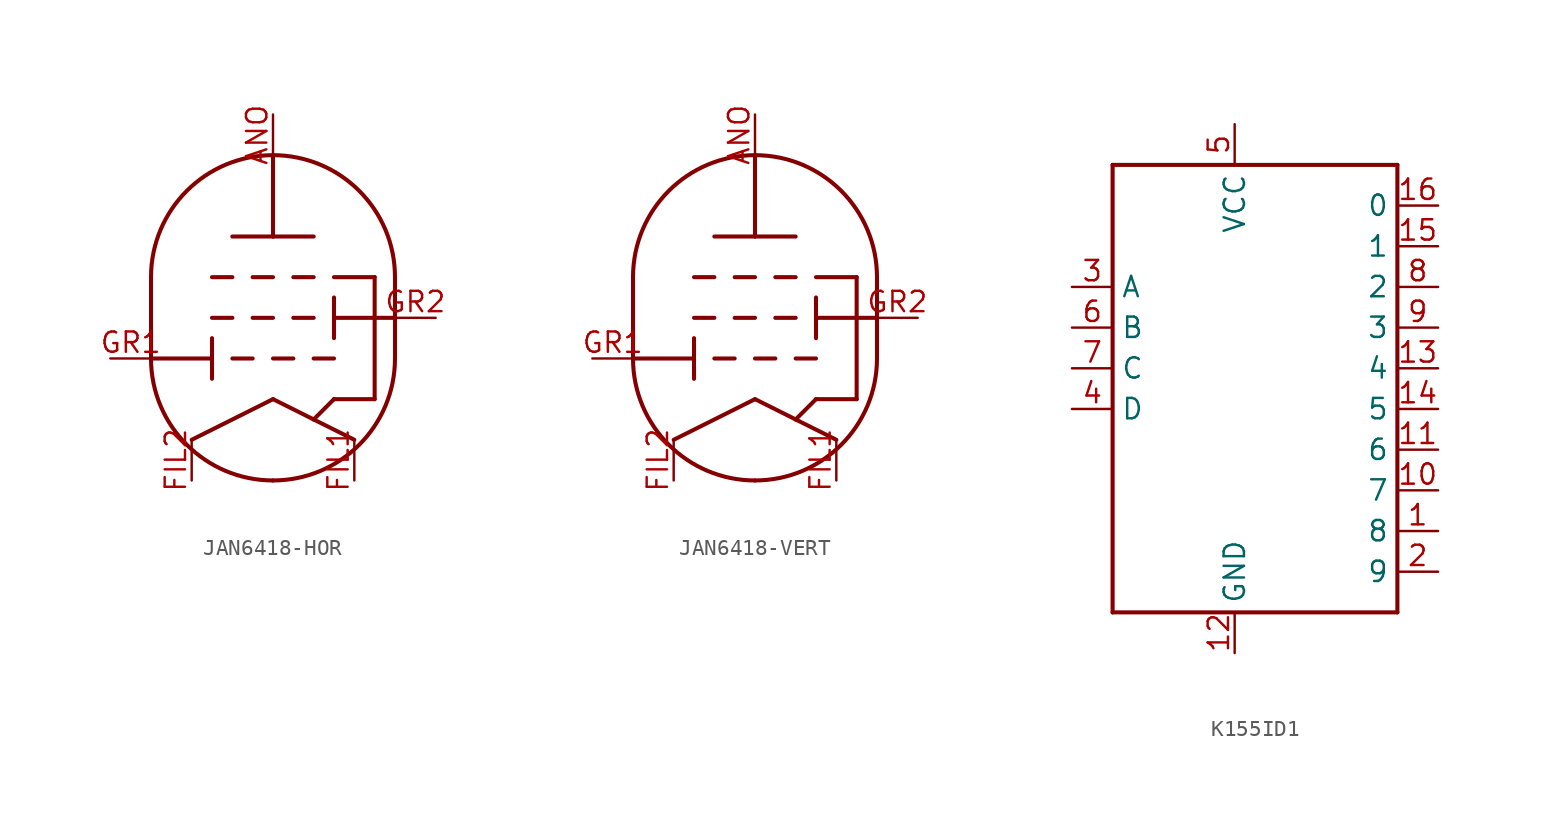
<source format=kicad_sym>
(kicad_symbol_lib
  (version 20231120)
  (generator "kicad_symbol_editor")
  (generator_version "8.0")
  (symbol "JAN6418-HOR"
    (property "Reference" ""
      (at -8.89 15.24 0)
      (effects (font (size 1.27 1.079)) (justify left bottom) (hide yes)))
    (property "Value" ""
      (at 2.54 15.24 0)
      (effects (font (size 1.27 1.079)) (justify left bottom)))
    (property "ki_locked" ""
      (at 0 0 0)
      (effects (font (size 1.27 1.27))))
    (symbol "JAN6418-HOR_1_0"
      (arc (start -7.62 2.54) (mid -5.3882 -2.8482) (end 0 -5.08) (stroke (width 0.254) (type solid)) (fill (type none)))
      (arc (start 0 -5.08) (mid 5.3882 -2.8482) (end 7.62 2.54) (stroke (width 0.254) (type solid)) (fill (type none)))
      (polyline (pts (xy -7.62 2.54) (xy -7.62 7.62)) (stroke (width 0.254) (type solid)) (fill (type none)))
      (polyline (pts (xy -5.08 -2.54) (xy 0 0)) (stroke (width 0.254) (type solid)) (fill (type none)))
      (polyline (pts (xy -3.81 2.54) (xy -7.62 2.54)) (stroke (width 0.254) (type solid)) (fill (type none)))
      (polyline (pts (xy -3.81 3.81) (xy -3.81 1.27)) (stroke (width 0.254) (type solid)) (fill (type none)))
      (polyline (pts (xy -3.81 5.08) (xy -2.54 5.08)) (stroke (width 0.254) (type solid)) (fill (type none)))
      (polyline (pts (xy -3.81 7.62) (xy -2.54 7.62)) (stroke (width 0.254) (type solid)) (fill (type none)))
      (polyline (pts (xy -2.54 2.54) (xy -1.27 2.54)) (stroke (width 0.254) (type solid)) (fill (type none)))
      (polyline (pts (xy -2.54 10.16) (xy 0 10.16)) (stroke (width 0.254) (type solid)) (fill (type none)))
      (polyline (pts (xy -1.27 5.08) (xy 0 5.08)) (stroke (width 0.254) (type solid)) (fill (type none)))
      (polyline (pts (xy -1.27 7.62) (xy 0 7.62)) (stroke (width 0.254) (type solid)) (fill (type none)))
      (polyline (pts (xy 0 0) (xy 2.54 -1.27)) (stroke (width 0.254) (type solid)) (fill (type none)))
      (polyline (pts (xy 0 2.54) (xy 1.27 2.54)) (stroke (width 0.254) (type solid)) (fill (type none)))
      (polyline (pts (xy 0 10.16) (xy 0 15.24)) (stroke (width 0.254) (type solid)) (fill (type none)))
      (polyline (pts (xy 0 10.16) (xy 2.54 10.16)) (stroke (width 0.254) (type solid)) (fill (type none)))
      (polyline (pts (xy 1.27 5.08) (xy 2.54 5.08)) (stroke (width 0.254) (type solid)) (fill (type none)))
      (polyline (pts (xy 1.27 7.62) (xy 2.54 7.62)) (stroke (width 0.254) (type solid)) (fill (type none)))
      (polyline (pts (xy 2.54 -1.27) (xy 5.08 -2.54)) (stroke (width 0.254) (type solid)) (fill (type none)))
      (polyline (pts (xy 2.54 2.54) (xy 3.81 2.54)) (stroke (width 0.254) (type solid)) (fill (type none)))
      (polyline (pts (xy 3.81 0) (xy 2.54 -1.27)) (stroke (width 0.254) (type solid)) (fill (type none)))
      (polyline (pts (xy 3.81 6.35) (xy 3.81 3.81)) (stroke (width 0.254) (type solid)) (fill (type none)))
      (polyline (pts (xy 6.35 0) (xy 3.81 0)) (stroke (width 0.254) (type solid)) (fill (type none)))
      (polyline (pts (xy 6.35 0) (xy 6.35 7.62)) (stroke (width 0.254) (type solid)) (fill (type none)))
      (polyline (pts (xy 6.35 7.62) (xy 3.81 7.62)) (stroke (width 0.254) (type solid)) (fill (type none)))
      (polyline (pts (xy 7.62 5.08) (xy 3.81 5.08)) (stroke (width 0.254) (type solid)) (fill (type none)))
      (polyline (pts (xy 7.62 5.08) (xy 7.62 2.54)) (stroke (width 0.254) (type solid)) (fill (type none)))
      (polyline (pts (xy 7.62 7.62) (xy 7.62 5.08)) (stroke (width 0.254) (type solid)) (fill (type none)))
      (arc (start 0 15.24) (mid -5.3882 13.0082) (end -7.62 7.62) (stroke (width 0.254) (type solid)) (fill (type none)))
      (arc (start 7.62 7.62) (mid 5.3882 13.0082) (end 0 15.24) (stroke (width 0.254) (type solid)) (fill (type none)))
      (pin bidirectional line (at 0 17.78 270) (length 2.54) (name "ANO" (effects (font (size 0 0)))) (number "ANO" (effects (font (size 1.27 1.27)))))
      (pin bidirectional line (at 5.08 -5.08 90) (length 2.54) (name "FIL1" (effects (font (size 0 0)))) (number "FIL1" (effects (font (size 1.27 1.27)))))
      (pin bidirectional line (at -5.08 -5.08 90) (length 2.54) (name "FIL2" (effects (font (size 0 0)))) (number "FIL2" (effects (font (size 1.27 1.27)))))
      (pin bidirectional line (at -10.16 2.54 0) (length 2.54) (name "GR1" (effects (font (size 0 0)))) (number "GR1" (effects (font (size 1.27 1.27)))))
      (pin bidirectional line (at 10.16 5.08 180) (length 2.54) (name "GR2" (effects (font (size 0 0)))) (number "GR2" (effects (font (size 1.27 1.27)))))))
  (symbol "JAN6418-VERT"
    (property "Reference" ""
      (at -8.89 15.24 0)
      (effects (font (size 1.27 1.079)) (justify left bottom) (hide yes)))
    (property "Value" ""
      (at 2.54 15.24 0)
      (effects (font (size 1.27 1.079)) (justify left bottom)))
    (property "ki_locked" ""
      (at 0 0 0)
      (effects (font (size 1.27 1.27))))
    (symbol "JAN6418-VERT_1_0"
      (arc (start -7.62 2.54) (mid -5.3882 -2.8482) (end 0 -5.08) (stroke (width 0.254) (type solid)) (fill (type none)))
      (arc (start 0 -5.08) (mid 5.3882 -2.8482) (end 7.62 2.54) (stroke (width 0.254) (type solid)) (fill (type none)))
      (polyline (pts (xy -7.62 2.54) (xy -7.62 7.62)) (stroke (width 0.254) (type solid)) (fill (type none)))
      (polyline (pts (xy -5.08 -2.54) (xy 0 0)) (stroke (width 0.254) (type solid)) (fill (type none)))
      (polyline (pts (xy -3.81 2.54) (xy -7.62 2.54)) (stroke (width 0.254) (type solid)) (fill (type none)))
      (polyline (pts (xy -3.81 3.81) (xy -3.81 1.27)) (stroke (width 0.254) (type solid)) (fill (type none)))
      (polyline (pts (xy -3.81 5.08) (xy -2.54 5.08)) (stroke (width 0.254) (type solid)) (fill (type none)))
      (polyline (pts (xy -3.81 7.62) (xy -2.54 7.62)) (stroke (width 0.254) (type solid)) (fill (type none)))
      (polyline (pts (xy -2.54 2.54) (xy -1.27 2.54)) (stroke (width 0.254) (type solid)) (fill (type none)))
      (polyline (pts (xy -2.54 10.16) (xy 0 10.16)) (stroke (width 0.254) (type solid)) (fill (type none)))
      (polyline (pts (xy -1.27 5.08) (xy 0 5.08)) (stroke (width 0.254) (type solid)) (fill (type none)))
      (polyline (pts (xy -1.27 7.62) (xy 0 7.62)) (stroke (width 0.254) (type solid)) (fill (type none)))
      (polyline (pts (xy 0 0) (xy 2.54 -1.27)) (stroke (width 0.254) (type solid)) (fill (type none)))
      (polyline (pts (xy 0 2.54) (xy 1.27 2.54)) (stroke (width 0.254) (type solid)) (fill (type none)))
      (polyline (pts (xy 0 10.16) (xy 0 15.24)) (stroke (width 0.254) (type solid)) (fill (type none)))
      (polyline (pts (xy 0 10.16) (xy 2.54 10.16)) (stroke (width 0.254) (type solid)) (fill (type none)))
      (polyline (pts (xy 1.27 5.08) (xy 2.54 5.08)) (stroke (width 0.254) (type solid)) (fill (type none)))
      (polyline (pts (xy 1.27 7.62) (xy 2.54 7.62)) (stroke (width 0.254) (type solid)) (fill (type none)))
      (polyline (pts (xy 2.54 -1.27) (xy 5.08 -2.54)) (stroke (width 0.254) (type solid)) (fill (type none)))
      (polyline (pts (xy 2.54 2.54) (xy 3.81 2.54)) (stroke (width 0.254) (type solid)) (fill (type none)))
      (polyline (pts (xy 3.81 0) (xy 2.54 -1.27)) (stroke (width 0.254) (type solid)) (fill (type none)))
      (polyline (pts (xy 3.81 6.35) (xy 3.81 3.81)) (stroke (width 0.254) (type solid)) (fill (type none)))
      (polyline (pts (xy 6.35 0) (xy 3.81 0)) (stroke (width 0.254) (type solid)) (fill (type none)))
      (polyline (pts (xy 6.35 0) (xy 6.35 7.62)) (stroke (width 0.254) (type solid)) (fill (type none)))
      (polyline (pts (xy 6.35 7.62) (xy 3.81 7.62)) (stroke (width 0.254) (type solid)) (fill (type none)))
      (polyline (pts (xy 7.62 5.08) (xy 3.81 5.08)) (stroke (width 0.254) (type solid)) (fill (type none)))
      (polyline (pts (xy 7.62 5.08) (xy 7.62 2.54)) (stroke (width 0.254) (type solid)) (fill (type none)))
      (polyline (pts (xy 7.62 7.62) (xy 7.62 5.08)) (stroke (width 0.254) (type solid)) (fill (type none)))
      (arc (start 0 15.24) (mid -5.3882 13.0082) (end -7.62 7.62) (stroke (width 0.254) (type solid)) (fill (type none)))
      (arc (start 7.62 7.62) (mid 5.3882 13.0082) (end 0 15.24) (stroke (width 0.254) (type solid)) (fill (type none)))
      (pin bidirectional line (at 0 17.78 270) (length 2.54) (name "ANO" (effects (font (size 0 0)))) (number "ANO" (effects (font (size 1.27 1.27)))))
      (pin bidirectional line (at 5.08 -5.08 90) (length 2.54) (name "FIL1" (effects (font (size 0 0)))) (number "FIL1" (effects (font (size 1.27 1.27)))))
      (pin bidirectional line (at -5.08 -5.08 90) (length 2.54) (name "FIL2" (effects (font (size 0 0)))) (number "FIL2" (effects (font (size 1.27 1.27)))))
      (pin bidirectional line (at -10.16 2.54 0) (length 2.54) (name "GR1" (effects (font (size 0 0)))) (number "GR1" (effects (font (size 1.27 1.27)))))
      (pin bidirectional line (at 10.16 5.08 180) (length 2.54) (name "GR2" (effects (font (size 0 0)))) (number "GR2" (effects (font (size 1.27 1.27)))))))
  (symbol "K155ID1"
    (property "Reference" ""
      (at 0 0 0)
      (effects (font (size 1.27 1.27)) (hide yes)))
    (property "ki_locked" ""
      (at 0 0 0)
      (effects (font (size 1.27 1.27))))
    (symbol "K155ID1_1_0"
      (polyline (pts (xy -2.54 -10.16) (xy 15.24 -10.16)) (stroke (width 0.254) (type solid)) (fill (type none)))
      (polyline (pts (xy -2.54 17.78) (xy -2.54 -10.16)) (stroke (width 0.254) (type solid)) (fill (type none)))
      (polyline (pts (xy 15.24 -10.16) (xy 15.24 17.78)) (stroke (width 0.254) (type solid)) (fill (type none)))
      (polyline (pts (xy 15.24 17.78) (xy -2.54 17.78)) (stroke (width 0.254) (type solid)) (fill (type none)))
      (pin bidirectional line (at 17.78 -5.08 180) (length 2.54) (name "8" (effects (font (size 1.27 1.27)))) (number "1" (effects (font (size 1.27 1.27)))))
      (pin bidirectional line (at 17.78 -2.54 180) (length 2.54) (name "7" (effects (font (size 1.27 1.27)))) (number "10" (effects (font (size 1.27 1.27)))))
      (pin bidirectional line (at 17.78 0 180) (length 2.54) (name "6" (effects (font (size 1.27 1.27)))) (number "11" (effects (font (size 1.27 1.27)))))
      (pin bidirectional line (at 5.08 -12.7 90) (length 2.54) (name "GND" (effects (font (size 1.27 1.27)))) (number "12" (effects (font (size 1.27 1.27)))))
      (pin bidirectional line (at 17.78 5.08 180) (length 2.54) (name "4" (effects (font (size 1.27 1.27)))) (number "13" (effects (font (size 1.27 1.27)))))
      (pin bidirectional line (at 17.78 2.54 180) (length 2.54) (name "5" (effects (font (size 1.27 1.27)))) (number "14" (effects (font (size 1.27 1.27)))))
      (pin bidirectional line (at 17.78 12.7 180) (length 2.54) (name "1" (effects (font (size 1.27 1.27)))) (number "15" (effects (font (size 1.27 1.27)))))
      (pin bidirectional line (at 17.78 15.24 180) (length 2.54) (name "0" (effects (font (size 1.27 1.27)))) (number "16" (effects (font (size 1.27 1.27)))))
      (pin bidirectional line (at 17.78 -7.62 180) (length 2.54) (name "9" (effects (font (size 1.27 1.27)))) (number "2" (effects (font (size 1.27 1.27)))))
      (pin bidirectional line (at -5.08 10.16 0) (length 2.54) (name "A" (effects (font (size 1.27 1.27)))) (number "3" (effects (font (size 1.27 1.27)))))
      (pin bidirectional line (at -5.08 2.54 0) (length 2.54) (name "D" (effects (font (size 1.27 1.27)))) (number "4" (effects (font (size 1.27 1.27)))))
      (pin bidirectional line (at 5.08 20.32 270) (length 2.54) (name "VCC" (effects (font (size 1.27 1.27)))) (number "5" (effects (font (size 1.27 1.27)))))
      (pin bidirectional line (at -5.08 7.62 0) (length 2.54) (name "B" (effects (font (size 1.27 1.27)))) (number "6" (effects (font (size 1.27 1.27)))))
      (pin bidirectional line (at -5.08 5.08 0) (length 2.54) (name "C" (effects (font (size 1.27 1.27)))) (number "7" (effects (font (size 1.27 1.27)))))
      (pin bidirectional line (at 17.78 10.16 180) (length 2.54) (name "2" (effects (font (size 1.27 1.27)))) (number "8" (effects (font (size 1.27 1.27)))))
      (pin bidirectional line (at 17.78 7.62 180) (length 2.54) (name "3" (effects (font (size 1.27 1.27)))) (number "9" (effects (font (size 1.27 1.27))))))))
</source>
